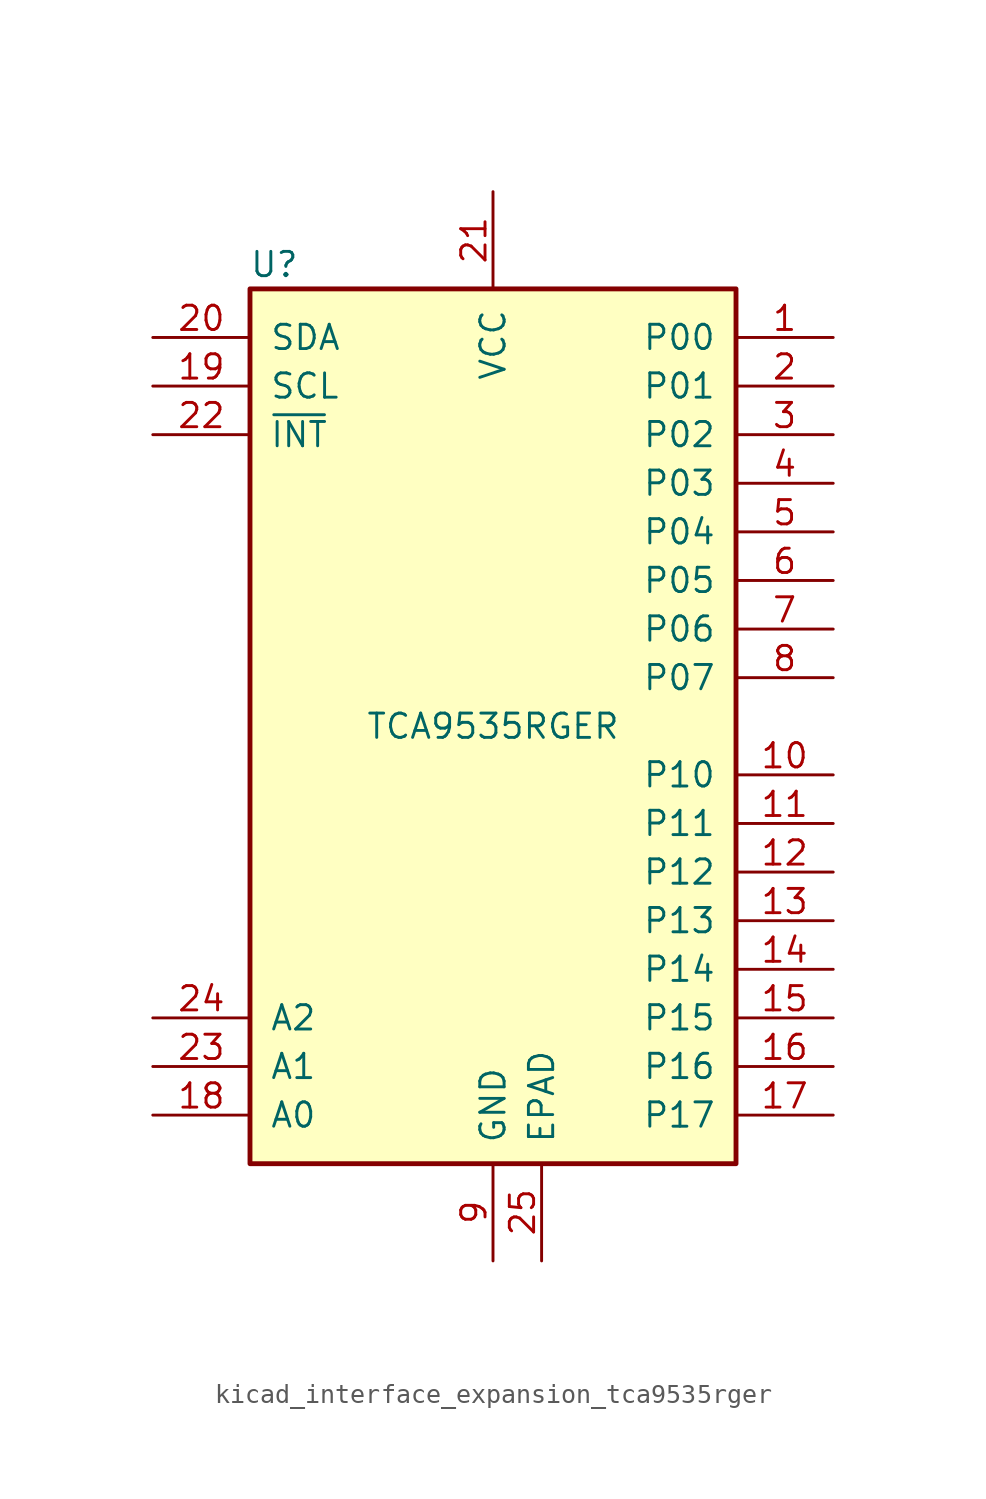
<source format=kicad_sym>
(kicad_symbol_lib
  (version 20220914)
  (generator kicad_symbol_editor)
  (symbol "kicad_interface_expansion_tca9535rger"
    (pin_names
      (offset 1.016))
    (property "Reference" "U"
      (at -11.43 24.13 0)
      (effects (font (size 1.27 1.27))))
    (property "Value" "TCA9535RGER"
      (at 0 0 0)
      (effects (font (size 1.27 1.27))))
    (symbol "kicad_interface_expansion_tca9535rger_0_1"
      (rectangle (start -12.7 22.86) (end 12.7 -22.86) (stroke (width 0.254) (type default)) (fill (type background))))
    (symbol "kicad_interface_expansion_tca9535rger_1_1"
      (pin bidirectional line (at 17.78 20.32 180) (length 5.08) (name "P00" (effects (font (size 1.27 1.27)))) (number "1" (effects (font (size 1.27 1.27)))))
      (pin bidirectional line (at 17.78 -2.54 180) (length 5.08) (name "P10" (effects (font (size 1.27 1.27)))) (number "10" (effects (font (size 1.27 1.27)))))
      (pin bidirectional line (at 17.78 -5.08 180) (length 5.08) (name "P11" (effects (font (size 1.27 1.27)))) (number "11" (effects (font (size 1.27 1.27)))))
      (pin bidirectional line (at 17.78 -7.62 180) (length 5.08) (name "P12" (effects (font (size 1.27 1.27)))) (number "12" (effects (font (size 1.27 1.27)))))
      (pin bidirectional line (at 17.78 -10.16 180) (length 5.08) (name "P13" (effects (font (size 1.27 1.27)))) (number "13" (effects (font (size 1.27 1.27)))))
      (pin bidirectional line (at 17.78 -12.7 180) (length 5.08) (name "P14" (effects (font (size 1.27 1.27)))) (number "14" (effects (font (size 1.27 1.27)))))
      (pin bidirectional line (at 17.78 -15.24 180) (length 5.08) (name "P15" (effects (font (size 1.27 1.27)))) (number "15" (effects (font (size 1.27 1.27)))))
      (pin bidirectional line (at 17.78 -17.78 180) (length 5.08) (name "P16" (effects (font (size 1.27 1.27)))) (number "16" (effects (font (size 1.27 1.27)))))
      (pin bidirectional line (at 17.78 -20.32 180) (length 5.08) (name "P17" (effects (font (size 1.27 1.27)))) (number "17" (effects (font (size 1.27 1.27)))))
      (pin input line (at -17.78 -20.32 0) (length 5.08) (name "A0" (effects (font (size 1.27 1.27)))) (number "18" (effects (font (size 1.27 1.27)))))
      (pin input line (at -17.78 17.78 0) (length 5.08) (name "SCL" (effects (font (size 1.27 1.27)))) (number "19" (effects (font (size 1.27 1.27)))))
      (pin bidirectional line (at 17.78 17.78 180) (length 5.08) (name "P01" (effects (font (size 1.27 1.27)))) (number "2" (effects (font (size 1.27 1.27)))))
      (pin bidirectional line (at -17.78 20.32 0) (length 5.08) (name "SDA" (effects (font (size 1.27 1.27)))) (number "20" (effects (font (size 1.27 1.27)))))
      (pin power_in line (at 0 27.94 270) (length 5.08) (name "VCC" (effects (font (size 1.27 1.27)))) (number "21" (effects (font (size 1.27 1.27)))))
      (pin open_collector line (at -17.78 15.24 0) (length 5.08) (name "~{INT}" (effects (font (size 1.27 1.27)))) (number "22" (effects (font (size 1.27 1.27)))))
      (pin input line (at -17.78 -17.78 0) (length 5.08) (name "A1" (effects (font (size 1.27 1.27)))) (number "23" (effects (font (size 1.27 1.27)))))
      (pin input line (at -17.78 -15.24 0) (length 5.08) (name "A2" (effects (font (size 1.27 1.27)))) (number "24" (effects (font (size 1.27 1.27)))))
      (pin input line (at 2.54 -27.94 90) (length 5.08) (name "EPAD" (effects (font (size 1.27 1.27)))) (number "25" (effects (font (size 1.27 1.27)))))
      (pin bidirectional line (at 17.78 15.24 180) (length 5.08) (name "P02" (effects (font (size 1.27 1.27)))) (number "3" (effects (font (size 1.27 1.27)))))
      (pin bidirectional line (at 17.78 12.7 180) (length 5.08) (name "P03" (effects (font (size 1.27 1.27)))) (number "4" (effects (font (size 1.27 1.27)))))
      (pin bidirectional line (at 17.78 10.16 180) (length 5.08) (name "P04" (effects (font (size 1.27 1.27)))) (number "5" (effects (font (size 1.27 1.27)))))
      (pin bidirectional line (at 17.78 7.62 180) (length 5.08) (name "P05" (effects (font (size 1.27 1.27)))) (number "6" (effects (font (size 1.27 1.27)))))
      (pin bidirectional line (at 17.78 5.08 180) (length 5.08) (name "P06" (effects (font (size 1.27 1.27)))) (number "7" (effects (font (size 1.27 1.27)))))
      (pin bidirectional line (at 17.78 2.54 180) (length 5.08) (name "P07" (effects (font (size 1.27 1.27)))) (number "8" (effects (font (size 1.27 1.27)))))
      (pin power_in line (at 0 -27.94 90) (length 5.08) (name "GND" (effects (font (size 1.27 1.27)))) (number "9" (effects (font (size 1.27 1.27))))))))
</source>
